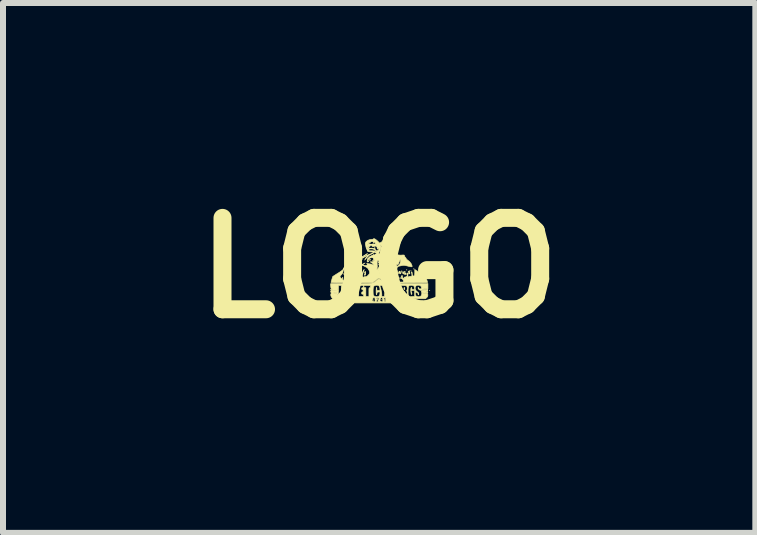
<source format=kicad_pcb>
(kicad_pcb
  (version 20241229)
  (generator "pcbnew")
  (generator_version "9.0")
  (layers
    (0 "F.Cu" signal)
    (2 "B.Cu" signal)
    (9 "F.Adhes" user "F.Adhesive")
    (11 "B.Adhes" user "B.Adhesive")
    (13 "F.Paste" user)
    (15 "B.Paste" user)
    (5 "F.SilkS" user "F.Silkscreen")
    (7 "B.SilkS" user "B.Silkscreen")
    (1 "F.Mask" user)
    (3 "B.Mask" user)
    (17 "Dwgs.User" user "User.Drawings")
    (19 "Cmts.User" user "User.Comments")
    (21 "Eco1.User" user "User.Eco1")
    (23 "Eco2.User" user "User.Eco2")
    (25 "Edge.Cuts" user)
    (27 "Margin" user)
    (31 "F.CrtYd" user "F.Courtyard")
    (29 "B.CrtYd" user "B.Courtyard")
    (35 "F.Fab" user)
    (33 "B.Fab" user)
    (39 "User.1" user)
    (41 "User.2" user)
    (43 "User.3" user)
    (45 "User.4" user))
  (footprint "LOGO"
    (layer "F.Cu")
    (at 3.273 1.418)
    (property "Reference" "LOGO" (at 0 0 0) (layer "F.SilkS") (effects (font (size 1.524 1.524) (thickness 0.3))))
    (attr through_hole)
    (fp_poly (pts (xy -0.667 0.568) (xy -0.67 0.572) (xy -0.673 0.568) (xy -0.67 0.565) (xy -0.667 0.568)) (stroke (width 0.01) (type solid)) (fill yes) (layer "F.SilkS"))
    (fp_poly (pts (xy -0.457 0.562) (xy -0.46 0.565) (xy -0.464 0.562) (xy -0.46 0.559) (xy -0.457 0.562)) (stroke (width 0.01) (type solid)) (fill yes) (layer "F.SilkS"))
    (fp_poly (pts (xy -0.451 0.537) (xy -0.454 0.54) (xy -0.457 0.537) (xy -0.454 0.533) (xy -0.451 0.537)) (stroke (width 0.01) (type solid)) (fill yes) (layer "F.SilkS"))
    (fp_poly (pts (xy -0.432 0.568) (xy -0.435 0.572) (xy -0.438 0.568) (xy -0.435 0.565) (xy -0.432 0.568)) (stroke (width 0.01) (type solid)) (fill yes) (layer "F.SilkS"))
    (fp_poly (pts (xy -0.381 0.092) (xy -0.384 0.095) (xy -0.387 0.092) (xy -0.384 0.089) (xy -0.381 0.092)) (stroke (width 0.01) (type solid)) (fill yes) (layer "F.SilkS"))
    (fp_poly (pts (xy -0.343 -0.054) (xy -0.346 -0.051) (xy -0.349 -0.054) (xy -0.346 -0.057) (xy -0.343 -0.054)) (stroke (width 0.01) (type solid)) (fill yes) (layer "F.SilkS"))
    (fp_poly (pts (xy -0.095 0.537) (xy -0.098 0.54) (xy -0.102 0.537) (xy -0.098 0.533) (xy -0.095 0.537)) (stroke (width 0.01) (type solid)) (fill yes) (layer "F.SilkS"))
    (fp_poly (pts (xy 0.038 0.53) (xy 0.035 0.533) (xy 0.032 0.53) (xy 0.035 0.527) (xy 0.038 0.53)) (stroke (width 0.01) (type solid)) (fill yes) (layer "F.SilkS"))
    (fp_poly (pts (xy 0.07 0.098) (xy 0.067 0.102) (xy 0.064 0.098) (xy 0.067 0.095) (xy 0.07 0.098)) (stroke (width 0.01) (type solid)) (fill yes) (layer "F.SilkS"))
    (fp_poly (pts (xy 0.076 0.048) (xy 0.073 0.051) (xy 0.07 0.048) (xy 0.073 0.044) (xy 0.076 0.048)) (stroke (width 0.01) (type solid)) (fill yes) (layer "F.SilkS"))
    (fp_poly (pts (xy 0.47 0.568) (xy 0.467 0.572) (xy 0.464 0.568) (xy 0.467 0.565) (xy 0.47 0.568)) (stroke (width 0.01) (type solid)) (fill yes) (layer "F.SilkS"))
    (fp_poly (pts (xy 0.502 0.53) (xy 0.498 0.533) (xy 0.495 0.53) (xy 0.498 0.527) (xy 0.502 0.53)) (stroke (width 0.01) (type solid)) (fill yes) (layer "F.SilkS"))
    (fp_poly (pts (xy 0.533 0.048) (xy 0.53 0.051) (xy 0.527 0.048) (xy 0.53 0.044) (xy 0.533 0.048)) (stroke (width 0.01) (type solid)) (fill yes) (layer "F.SilkS"))
    (fp_poly (pts (xy 0.718 0.549) (xy 0.714 0.552) (xy 0.711 0.549) (xy 0.714 0.546) (xy 0.718 0.549)) (stroke (width 0.01) (type solid)) (fill yes) (layer "F.SilkS"))
    (fp_poly (pts (xy 0.845 0.378) (xy 0.841 0.381) (xy 0.838 0.378) (xy 0.841 0.375) (xy 0.845 0.378)) (stroke (width 0.01) (type solid)) (fill yes) (layer "F.SilkS"))
    (fp_poly (pts (xy -0.091 -0.226) (xy -0.092 -0.223) (xy -0.095 -0.222) (xy -0.1 -0.225) (xy -0.099 -0.226) (xy -0.092 -0.227) (xy -0.091 -0.226)) (stroke (width 0.01) (type solid)) (fill yes) (layer "F.SilkS"))
    (fp_poly (pts (xy 0.265 -0.389) (xy 0.265 -0.376) (xy 0.265 -0.373) (xy 0.262 -0.372) (xy 0.261 -0.381) (xy 0.262 -0.39) (xy 0.265 -0.389)) (stroke (width 0.01) (type solid)) (fill yes) (layer "F.SilkS"))
    (fp_poly (pts (xy 0.461 0.028) (xy 0.462 0.035) (xy 0.461 0.036) (xy 0.458 0.035) (xy 0.457 0.032) (xy 0.46 0.027) (xy 0.461 0.028)) (stroke (width 0.01) (type solid)) (fill yes) (layer "F.SilkS"))
    (fp_poly (pts (xy 0.582 0.015) (xy 0.581 0.019) (xy 0.578 0.019) (xy 0.573 0.017) (xy 0.574 0.015) (xy 0.581 0.014) (xy 0.582 0.015)) (stroke (width 0.01) (type solid)) (fill yes) (layer "F.SilkS"))
    (fp_poly (pts (xy -0.282 -0.145) (xy -0.284 -0.14) (xy -0.29 -0.137) (xy -0.298 -0.135) (xy -0.295 -0.14) (xy -0.294 -0.14) (xy -0.285 -0.146) (xy -0.282 -0.145)) (stroke (width 0.01) (type solid)) (fill yes) (layer "F.SilkS"))
    (fp_poly (pts (xy -0.604 0.164) (xy -0.603 0.168) (xy -0.607 0.177) (xy -0.61 0.178) (xy -0.615 0.173) (xy -0.616 0.168) (xy -0.613 0.16) (xy -0.61 0.159) (xy -0.604 0.164)) (stroke (width 0.01) (type solid)) (fill yes) (layer "F.SilkS"))
    (fp_poly (pts (xy -0.142 -0.139) (xy -0.144 -0.135) (xy -0.146 -0.133) (xy -0.159 -0.127) (xy -0.165 -0.131) (xy -0.165 -0.133) (xy -0.16 -0.138) (xy -0.151 -0.14) (xy -0.142 -0.139)) (stroke (width 0.01) (type solid)) (fill yes) (layer "F.SilkS"))
    (fp_poly (pts (xy 0.194 0.33) (xy 0.195 0.341) (xy 0.192 0.353) (xy 0.186 0.361) (xy 0.184 0.362) (xy 0.18 0.356) (xy 0.178 0.343) (xy 0.178 0.343) (xy 0.18 0.328) (xy 0.186 0.324) (xy 0.194 0.33)) (stroke (width 0.01) (type solid)) (fill yes) (layer "F.SilkS"))
    (fp_poly (pts (xy 0.379 0.05) (xy 0.383 0.063) (xy 0.384 0.067) (xy 0.386 0.083) (xy 0.386 0.092) (xy 0.385 0.093) (xy 0.383 0.089) (xy 0.379 0.077) (xy 0.378 0.073) (xy 0.376 0.057) (xy 0.376 0.047) (xy 0.377 0.047) (xy 0.379 0.05)) (stroke (width 0.01) (type solid)) (fill yes) (layer "F.SilkS"))
    (fp_poly (pts (xy 0.424 0.329) (xy 0.425 0.343) (xy 0.425 0.343) (xy 0.424 0.356) (xy 0.419 0.362) (xy 0.419 0.362) (xy 0.415 0.356) (xy 0.413 0.343) (xy 0.413 0.343) (xy 0.415 0.33) (xy 0.419 0.324) (xy 0.419 0.324) (xy 0.424 0.329)) (stroke (width 0.01) (type solid)) (fill yes) (layer "F.SilkS"))
    (fp_poly (pts (xy -0.363 0.013) (xy -0.364 0.027) (xy -0.365 0.034) (xy -0.368 0.055) (xy -0.372 0.07) (xy -0.375 0.076) (xy -0.377 0.071) (xy -0.378 0.056) (xy -0.378 0.056) (xy -0.375 0.035) (xy -0.371 0.019) (xy -0.369 0.015) (xy -0.364 0.01) (xy -0.363 0.013)) (stroke (width 0.01) (type solid)) (fill yes) (layer "F.SilkS"))
    (fp_poly (pts (xy 0.191 0.399) (xy 0.194 0.412) (xy 0.194 0.423) (xy 0.192 0.436) (xy 0.191 0.44) (xy 0.186 0.444) (xy 0.184 0.445) (xy 0.18 0.439) (xy 0.178 0.425) (xy 0.178 0.419) (xy 0.179 0.403) (xy 0.182 0.394) (xy 0.183 0.394) (xy 0.191 0.399)) (stroke (width 0.01) (type solid)) (fill yes) (layer "F.SilkS"))
    (fp_poly (pts (xy -0.556 0.33) (xy -0.554 0.347) (xy -0.553 0.372) (xy -0.552 0.384) (xy -0.553 0.41) (xy -0.555 0.432) (xy -0.557 0.445) (xy -0.559 0.448) (xy -0.562 0.444) (xy -0.564 0.428) (xy -0.565 0.401) (xy -0.565 0.388) (xy -0.565 0.358) (xy -0.563 0.337) (xy -0.56 0.325) (xy -0.559 0.324) (xy -0.556 0.33)) (stroke (width 0.01) (type solid)) (fill yes) (layer "F.SilkS"))
    (fp_poly (pts (xy -0.206 -0.229) (xy -0.22 -0.217) (xy -0.239 -0.205) (xy -0.244 -0.202) (xy -0.263 -0.192) (xy -0.278 -0.182) (xy -0.281 -0.179) (xy -0.289 -0.174) (xy -0.292 -0.175) (xy -0.287 -0.182) (xy -0.275 -0.192) (xy -0.265 -0.198) (xy -0.244 -0.211) (xy -0.222 -0.225) (xy -0.216 -0.229) (xy -0.194 -0.243) (xy -0.206 -0.229)) (stroke (width 0.01) (type solid)) (fill yes) (layer "F.SilkS"))
    (fp_poly (pts (xy 0.308 0.33) (xy 0.31 0.347) (xy 0.311 0.372) (xy 0.311 0.384) (xy 0.311 0.41) (xy 0.309 0.432) (xy 0.306 0.445) (xy 0.305 0.448) (xy 0.302 0.444) (xy 0.3 0.428) (xy 0.299 0.401) (xy 0.298 0.388) (xy 0.299 0.358) (xy 0.301 0.337) (xy 0.303 0.325) (xy 0.305 0.324) (xy 0.308 0.33)) (stroke (width 0.01) (type solid)) (fill yes) (layer "F.SilkS"))
    (fp_poly (pts (xy -0.228 0.06) (xy -0.226 0.073) (xy -0.225 0.089) (xy -0.226 0.108) (xy -0.229 0.117) (xy -0.235 0.12) (xy -0.241 0.121) (xy -0.251 0.119) (xy -0.25 0.116) (xy -0.243 0.107) (xy -0.238 0.094) (xy -0.237 0.082) (xy -0.24 0.076) (xy -0.241 0.076) (xy -0.246 0.074) (xy -0.241 0.067) (xy -0.233 0.059) (xy -0.228 0.06)) (stroke (width 0.01) (type solid)) (fill yes) (layer "F.SilkS"))
    (fp_poly (pts (xy 0.043 0.054) (xy 0.051 0.058) (xy 0.047 0.062) (xy 0.043 0.064) (xy 0.034 0.072) (xy 0.032 0.081) (xy 0.036 0.086) (xy 0.041 0.085) (xy 0.049 0.085) (xy 0.051 0.088) (xy 0.046 0.094) (xy 0.035 0.095) (xy 0.025 0.092) (xy 0.023 0.091) (xy 0.019 0.081) (xy 0.02 0.066) (xy 0.024 0.055) (xy 0.026 0.054) (xy 0.037 0.052) (xy 0.043 0.054)) (stroke (width 0.01) (type solid)) (fill yes) (layer "F.SilkS"))
    (fp_poly (pts (xy 0.12 0.05) (xy 0.12 0.056) (xy 0.118 0.074) (xy 0.111 0.087) (xy 0.103 0.094) (xy 0.094 0.092) (xy 0.092 0.089) (xy 0.094 0.083) (xy 0.098 0.083) (xy 0.107 0.079) (xy 0.108 0.076) (xy 0.104 0.07) (xy 0.102 0.07) (xy 0.095 0.065) (xy 0.093 0.059) (xy 0.091 0.053) (xy 0.097 0.056) (xy 0.098 0.057) (xy 0.106 0.06) (xy 0.113 0.053) (xy 0.114 0.053) (xy 0.119 0.046) (xy 0.12 0.05)) (stroke (width 0.01) (type solid)) (fill yes) (layer "F.SilkS"))
    (fp_poly (pts (xy 0.267 0.049) (xy 0.276 0.058) (xy 0.282 0.07) (xy 0.28 0.078) (xy 0.275 0.084) (xy 0.263 0.094) (xy 0.254 0.092) (xy 0.248 0.084) (xy 0.246 0.073) (xy 0.255 0.073) (xy 0.257 0.08) (xy 0.263 0.079) (xy 0.271 0.072) (xy 0.272 0.069) (xy 0.265 0.063) (xy 0.258 0.066) (xy 0.255 0.073) (xy 0.246 0.073) (xy 0.245 0.069) (xy 0.247 0.055) (xy 0.253 0.046) (xy 0.258 0.044) (xy 0.267 0.049)) (stroke (width 0.01) (type solid)) (fill yes) (layer "F.SilkS"))
    (fp_poly (pts (xy 0.511 0.05) (xy 0.509 0.057) (xy 0.504 0.06) (xy 0.497 0.064) (xy 0.5 0.069) (xy 0.505 0.072) (xy 0.513 0.084) (xy 0.512 0.091) (xy 0.505 0.099) (xy 0.496 0.102) (xy 0.49 0.098) (xy 0.489 0.095) (xy 0.494 0.09) (xy 0.496 0.09) (xy 0.504 0.087) (xy 0.506 0.084) (xy 0.504 0.078) (xy 0.496 0.076) (xy 0.485 0.072) (xy 0.483 0.067) (xy 0.487 0.058) (xy 0.497 0.05) (xy 0.506 0.048) (xy 0.511 0.05)) (stroke (width 0.01) (type solid)) (fill yes) (layer "F.SilkS"))
    (fp_poly (pts (xy -0.428 0.012) (xy -0.427 0.021) (xy -0.432 0.034) (xy -0.442 0.044) (xy -0.453 0.053) (xy -0.454 0.056) (xy -0.446 0.057) (xy -0.445 0.057) (xy -0.435 0.06) (xy -0.432 0.064) (xy -0.432 0.068) (xy -0.437 0.069) (xy -0.448 0.067) (xy -0.46 0.064) (xy -0.478 0.06) (xy -0.455 0.043) (xy -0.439 0.029) (xy -0.433 0.019) (xy -0.435 0.014) (xy -0.446 0.016) (xy -0.455 0.018) (xy -0.453 0.015) (xy -0.449 0.013) (xy -0.436 0.008) (xy -0.428 0.012)) (stroke (width 0.01) (type solid)) (fill yes) (layer "F.SilkS"))
    (fp_poly (pts (xy 0.43 0.06) (xy 0.436 0.064) (xy 0.432 0.068) (xy 0.426 0.072) (xy 0.412 0.081) (xy 0.408 0.089) (xy 0.413 0.095) (xy 0.419 0.095) (xy 0.428 0.093) (xy 0.429 0.089) (xy 0.431 0.084) (xy 0.438 0.083) (xy 0.448 0.086) (xy 0.451 0.098) (xy 0.45 0.11) (xy 0.448 0.114) (xy 0.445 0.109) (xy 0.445 0.108) (xy 0.44 0.104) (xy 0.431 0.105) (xy 0.416 0.105) (xy 0.405 0.096) (xy 0.4 0.083) (xy 0.405 0.069) (xy 0.409 0.064) (xy 0.423 0.059) (xy 0.43 0.06)) (stroke (width 0.01) (type solid)) (fill yes) (layer "F.SilkS"))
    (fp_poly (pts (xy -0.318 0.046) (xy -0.319 0.062) (xy -0.324 0.079) (xy -0.33 0.094) (xy -0.335 0.101) (xy -0.336 0.102) (xy -0.339 0.096) (xy -0.338 0.083) (xy -0.338 0.083) (xy -0.338 0.069) (xy -0.345 0.063) (xy -0.347 0.062) (xy -0.353 0.06) (xy -0.35 0.055) (xy -0.345 0.051) (xy -0.333 0.051) (xy -0.333 0.057) (xy -0.331 0.057) (xy -0.324 0.053) (xy -0.324 0.051) (xy -0.326 0.045) (xy -0.327 0.044) (xy -0.332 0.049) (xy -0.333 0.051) (xy -0.345 0.051) (xy -0.338 0.046) (xy -0.318 0.031) (xy -0.318 0.046)) (stroke (width 0.01) (type solid)) (fill yes) (layer "F.SilkS"))
    (fp_poly (pts (xy 0.347 0.056) (xy 0.353 0.065) (xy 0.357 0.08) (xy 0.358 0.082) (xy 0.36 0.096) (xy 0.359 0.099) (xy 0.352 0.094) (xy 0.35 0.093) (xy 0.339 0.085) (xy 0.332 0.083) (xy 0.332 0.087) (xy 0.333 0.088) (xy 0.332 0.097) (xy 0.33 0.098) (xy 0.326 0.096) (xy 0.324 0.084) (xy 0.326 0.07) (xy 0.337 0.07) (xy 0.339 0.076) (xy 0.339 0.076) (xy 0.345 0.072) (xy 0.346 0.07) (xy 0.346 0.064) (xy 0.343 0.064) (xy 0.337 0.068) (xy 0.337 0.07) (xy 0.326 0.07) (xy 0.327 0.067) (xy 0.335 0.056) (xy 0.345 0.055) (xy 0.347 0.056)) (stroke (width 0.01) (type solid)) (fill yes) (layer "F.SilkS"))
    (fp_poly (pts (xy -0.511 -0.008) (xy -0.517 0.003) (xy -0.517 0.003) (xy -0.523 0.014) (xy -0.523 0.019) (xy -0.522 0.019) (xy -0.522 0.022) (xy -0.524 0.024) (xy -0.533 0.033) (xy -0.539 0.041) (xy -0.545 0.05) (xy -0.545 0.047) (xy -0.544 0.04) (xy -0.544 0.029) (xy -0.553 0.025) (xy -0.553 0.025) (xy -0.563 0.023) (xy -0.565 0.019) (xy -0.56 0.015) (xy -0.548 0.015) (xy -0.534 0.012) (xy -0.528 0.006) (xy -0.527 0.00021) (xy -0.532 0.003) (xy -0.536 0.006) (xy -0.546 0.011) (xy -0.55 0.011) (xy -0.547 0.006) (xy -0.537 -0.001) (xy -0.525 -0.008) (xy -0.514 -0.012) (xy -0.511 -0.013) (xy -0.511 -0.008)) (stroke (width 0.01) (type solid)) (fill yes) (layer "F.SilkS"))
    (fp_poly (pts (xy 0.189 0.044) (xy 0.198 0.057) (xy 0.202 0.072) (xy 0.2 0.08) (xy 0.192 0.088) (xy 0.181 0.088) (xy 0.171 0.08) (xy 0.17 0.076) (xy 0.178 0.076) (xy 0.183 0.082) (xy 0.184 0.083) (xy 0.19 0.078) (xy 0.191 0.076) (xy 0.186 0.07) (xy 0.184 0.07) (xy 0.178 0.075) (xy 0.178 0.076) (xy 0.17 0.076) (xy 0.169 0.075) (xy 0.165 0.053) (xy 0.166 0.051) (xy 0.178 0.051) (xy 0.18 0.057) (xy 0.181 0.057) (xy 0.186 0.053) (xy 0.187 0.051) (xy 0.187 0.045) (xy 0.185 0.044) (xy 0.178 0.049) (xy 0.178 0.051) (xy 0.166 0.051) (xy 0.168 0.042) (xy 0.178 0.038) (xy 0.189 0.044)) (stroke (width 0.01) (type solid)) (fill yes) (layer "F.SilkS"))
    (fp_poly (pts (xy 0.057 0.22) (xy 0.117 0.26) (xy 0.813 0.26) (xy 0.813 0.349) (xy 0.765 0.349) (xy 0.742 0.35) (xy 0.726 0.352) (xy 0.718 0.354) (xy 0.718 0.355) (xy 0.723 0.357) (xy 0.739 0.359) (xy 0.76 0.36) (xy 0.764 0.36) (xy 0.81 0.359) (xy 0.81 0.377) (xy 0.81 0.378) (xy 0.809 0.39) (xy 0.803 0.396) (xy 0.79 0.4) (xy 0.781 0.401) (xy 0.752 0.405) (xy 0.783 0.404) (xy 0.803 0.405) (xy 0.812 0.409) (xy 0.813 0.411) (xy 0.808 0.416) (xy 0.793 0.419) (xy 0.767 0.42) (xy 0.764 0.42) (xy 0.714 0.421) (xy 0.762 0.425) (xy 0.81 0.429) (xy 0.812 0.452) (xy 0.811 0.469) (xy 0.805 0.482) (xy 0.793 0.495) (xy 0.772 0.514) (xy 0.624 0.514) (xy 0.477 0.514) (xy 0.46 0.543) (xy 0.448 0.561) (xy 0.437 0.574) (xy 0.432 0.578) (xy 0.423 0.579) (xy 0.402 0.58) (xy 0.369 0.581) (xy 0.326 0.582) (xy 0.272 0.583) (xy 0.208 0.584) (xy 0.135 0.584) (xy 0.053 0.584) (xy 0.011 0.584) (xy -0.399 0.584) (xy -0.416 0.564) (xy -0.427 0.55) (xy -0.118 0.55) (xy -0.109 0.552) (xy -0.109 0.552) (xy -0.098 0.555) (xy -0.095 0.559) (xy -0.09 0.564) (xy -0.08 0.565) (xy -0.071 0.562) (xy -0.069 0.559) (xy -0.068 0.549) (xy -0.068 0.532) (xy -0.069 0.524) (xy -0.07 0.511) (xy -0.051 0.511) (xy -0.046 0.519) (xy -0.038 0.52) (xy -0.032 0.515) (xy -0.031 0.513) (xy -0.03 0.508) (xy -0.028 0.513) (xy -0.029 0.523) (xy -0.037 0.536) (xy -0.038 0.537) (xy -0.048 0.553) (xy -0.049 0.561) (xy -0.039 0.565) (xy -0.029 0.565) (xy -0.014 0.564) (xy -0.007 0.56) (xy -0.006 0.559) (xy -0.012 0.553) (xy -0.016 0.552) (xy -0.021 0.55) (xy -0.018 0.543) (xy -0.014 0.537) (xy 0.014 0.537) (xy 0.014 0.549) (xy 0.022 0.552) (xy 0.022 0.552) (xy 0.031 0.556) (xy 0.032 0.559) (xy 0.037 0.564) (xy 0.047 0.565) (xy 0.056 0.561) (xy 0.059 0.557) (xy 0.06 0.546) (xy 0.059 0.529) (xy 0.059 0.522) (xy 0.057 0.511) (xy 0.072 0.511) (xy 0.073 0.515) (xy 0.078 0.518) (xy 0.087 0.527) (xy 0.089 0.544) (xy 0.091 0.56) (xy 0.098 0.565) (xy 0.098 0.565) (xy 0.104 0.562) (xy 0.107 0.551) (xy 0.108 0.53) (xy 0.107 0.509) (xy 0.105 0.499) (xy 0.098 0.497) (xy 0.085 0.503) (xy 0.083 0.505) (xy 0.072 0.511) (xy 0.057 0.511) (xy 0.056 0.505) (xy 0.051 0.497) (xy 0.041 0.495) (xy 0.041 0.495) (xy 0.029 0.499) (xy 0.02 0.513) (xy 0.02 0.515) (xy 0.014 0.537) (xy -0.014 0.537) (xy -0.012 0.533) (xy -0.003 0.52) (xy -0.002 0.512) (xy -0.007 0.504) (xy -0.008 0.504) (xy -0.02 0.498) (xy -0.035 0.498) (xy -0.047 0.503) (xy -0.051 0.511) (xy -0.07 0.511) (xy -0.071 0.506) (xy -0.075 0.498) (xy -0.084 0.495) (xy -0.086 0.495) (xy -0.099 0.5) (xy -0.107 0.513) (xy -0.113 0.53) (xy -0.118 0.541) (xy -0.118 0.55) (xy -0.427 0.55) (xy -0.429 0.547) (xy -0.439 0.531) (xy -0.44 0.529) (xy -0.447 0.514) (xy -0.772 0.514) (xy -0.789 0.497) (xy -0.8 0.48) (xy -0.806 0.461) (xy -0.699 0.461) (xy -0.697 0.471) (xy -0.69 0.475) (xy -0.674 0.476) (xy -0.674 0.476) (xy -0.654 0.474) (xy -0.64 0.467) (xy -0.639 0.466) (xy -0.634 0.46) (xy -0.631 0.448) (xy -0.63 0.43) (xy -0.629 0.403) (xy -0.629 0.376) (xy -0.616 0.376) (xy -0.615 0.404) (xy -0.614 0.429) (xy -0.612 0.449) (xy -0.609 0.458) (xy -0.594 0.473) (xy -0.573 0.481) (xy -0.55 0.48) (xy -0.527 0.471) (xy -0.523 0.467) (xy -0.515 0.46) (xy -0.51 0.452) (xy -0.507 0.442) (xy -0.505 0.426) (xy -0.505 0.401) (xy -0.505 0.385) (xy -0.506 0.349) (xy -0.509 0.324) (xy -0.515 0.307) (xy -0.526 0.296) (xy -0.537 0.292) (xy -0.495 0.292) (xy -0.495 0.476) (xy -0.419 0.476) (xy -0.419 0.476) (xy -0.41 0.476) (xy -0.386 0.476) (xy -0.362 0.476) (xy -0.362 0.292) (xy -0.343 0.292) (xy -0.343 0.476) (xy -0.26 0.476) (xy -0.26 0.457) (xy -0.262 0.444) (xy -0.269 0.439) (xy -0.276 0.438) (xy -0.288 0.436) (xy -0.292 0.427) (xy -0.292 0.419) (xy -0.29 0.405) (xy -0.283 0.4) (xy -0.279 0.4) (xy -0.27 0.397) (xy -0.267 0.386) (xy -0.267 0.381) (xy -0.269 0.367) (xy -0.276 0.362) (xy -0.279 0.362) (xy -0.289 0.358) (xy -0.292 0.346) (xy -0.289 0.334) (xy -0.279 0.33) (xy -0.276 0.33) (xy -0.265 0.328) (xy -0.261 0.319) (xy -0.26 0.311) (xy -0.26 0.292) (xy -0.254 0.292) (xy -0.254 0.311) (xy -0.252 0.325) (xy -0.245 0.33) (xy -0.238 0.33) (xy -0.222 0.33) (xy -0.222 0.476) (xy -0.171 0.476) (xy -0.171 0.403) (xy -0.171 0.394) (xy -0.101 0.394) (xy -0.1 0.421) (xy -0.099 0.442) (xy -0.096 0.453) (xy -0.084 0.468) (xy -0.064 0.478) (xy -0.041 0.481) (xy -0.019 0.477) (xy -0.001 0.466) (xy 0.002 0.463) (xy 0.009 0.446) (xy 0.013 0.425) (xy 0.013 0.424) (xy 0.013 0.399) (xy -0.011 0.401) (xy -0.027 0.404) (xy -0.034 0.41) (xy -0.037 0.424) (xy -0.037 0.427) (xy -0.04 0.441) (xy -0.044 0.448) (xy -0.045 0.447) (xy -0.048 0.44) (xy -0.05 0.424) (xy -0.051 0.402) (xy -0.051 0.378) (xy -0.05 0.355) (xy -0.048 0.336) (xy -0.046 0.325) (xy -0.044 0.324) (xy -0.04 0.329) (xy -0.038 0.344) (xy -0.038 0.349) (xy -0.038 0.375) (xy 0.013 0.375) (xy 0.013 0.347) (xy 0.01 0.327) (xy 0.005 0.31) (xy 0.003 0.306) (xy -0.009 0.297) (xy 0.013 0.297) (xy 0.015 0.305) (xy 0.019 0.322) (xy 0.026 0.345) (xy 0.029 0.355) (xy 0.036 0.385) (xy 0.042 0.414) (xy 0.044 0.439) (xy 0.044 0.443) (xy 0.044 0.476) (xy 0.067 0.476) (xy 0.081 0.476) (xy 0.087 0.471) (xy 0.089 0.46) (xy 0.089 0.449) (xy 0.09 0.435) (xy 0.094 0.413) (xy 0.099 0.388) (xy 0.106 0.361) (xy 0.113 0.336) (xy 0.119 0.315) (xy 0.124 0.302) (xy 0.127 0.298) (xy 0.128 0.304) (xy 0.129 0.321) (xy 0.13 0.345) (xy 0.13 0.376) (xy 0.13 0.387) (xy 0.13 0.476) (xy 0.178 0.476) (xy 0.205 0.475) (xy 0.225 0.472) (xy 0.234 0.469) (xy 0.239 0.457) (xy 0.241 0.439) (xy 0.241 0.419) (xy 0.239 0.4) (xy 0.235 0.386) (xy 0.232 0.383) (xy 0.23 0.382) (xy 0.248 0.382) (xy 0.248 0.418) (xy 0.251 0.443) (xy 0.256 0.46) (xy 0.265 0.471) (xy 0.275 0.477) (xy 0.296 0.48) (xy 0.32 0.477) (xy 0.34 0.469) (xy 0.343 0.466) (xy 0.352 0.451) (xy 0.357 0.428) (xy 0.357 0.426) (xy 0.359 0.412) (xy 0.359 0.409) (xy 0.36 0.417) (xy 0.361 0.437) (xy 0.362 0.476) (xy 0.413 0.476) (xy 0.413 0.435) (xy 0.414 0.413) (xy 0.416 0.399) (xy 0.419 0.394) (xy 0.422 0.4) (xy 0.425 0.415) (xy 0.425 0.435) (xy 0.425 0.476) (xy 0.47 0.476) (xy 0.47 0.436) (xy 0.469 0.413) (xy 0.466 0.396) (xy 0.462 0.389) (xy 0.46 0.385) (xy 0.483 0.385) (xy 0.483 0.416) (xy 0.483 0.437) (xy 0.485 0.45) (xy 0.489 0.459) (xy 0.494 0.465) (xy 0.5 0.47) (xy 0.519 0.48) (xy 0.533 0.48) (xy 0.552 0.477) (xy 0.57 0.476) (xy 0.591 0.477) (xy 0.591 0.374) (xy 0.564 0.376) (xy 0.546 0.378) (xy 0.537 0.384) (xy 0.535 0.392) (xy 0.535 0.403) (xy 0.539 0.406) (xy 0.544 0.412) (xy 0.546 0.425) (xy 0.546 0.426) (xy 0.544 0.44) (xy 0.538 0.443) (xy 0.534 0.436) (xy 0.531 0.42) (xy 0.528 0.398) (xy 0.527 0.374) (xy 0.528 0.353) (xy 0.53 0.338) (xy 0.536 0.326) (xy 0.542 0.325) (xy 0.545 0.335) (xy 0.545 0.341) (xy 0.545 0.353) (xy 0.55 0.358) (xy 0.565 0.361) (xy 0.567 0.361) (xy 0.582 0.361) (xy 0.589 0.358) (xy 0.591 0.346) (xy 0.591 0.338) (xy 0.59 0.333) (xy 0.599 0.333) (xy 0.602 0.355) (xy 0.613 0.376) (xy 0.635 0.396) (xy 0.635 0.396) (xy 0.651 0.409) (xy 0.659 0.421) (xy 0.66 0.432) (xy 0.658 0.447) (xy 0.654 0.45) (xy 0.649 0.442) (xy 0.647 0.43) (xy 0.643 0.416) (xy 0.635 0.409) (xy 0.624 0.408) (xy 0.611 0.407) (xy 0.605 0.411) (xy 0.603 0.423) (xy 0.603 0.431) (xy 0.606 0.451) (xy 0.614 0.464) (xy 0.621 0.47) (xy 0.642 0.48) (xy 0.666 0.481) (xy 0.688 0.473) (xy 0.7 0.463) (xy 0.708 0.446) (xy 0.711 0.424) (xy 0.709 0.405) (xy 0.72 0.405) (xy 0.727 0.406) (xy 0.735 0.405) (xy 0.735 0.403) (xy 0.743 0.403) (xy 0.746 0.406) (xy 0.749 0.403) (xy 0.746 0.4) (xy 0.743 0.403) (xy 0.735 0.403) (xy 0.735 0.403) (xy 0.726 0.401) (xy 0.723 0.402) (xy 0.72 0.405) (xy 0.709 0.405) (xy 0.709 0.403) (xy 0.705 0.394) (xy 0.704 0.389) (xy 0.708 0.386) (xy 0.721 0.383) (xy 0.744 0.381) (xy 0.754 0.38) (xy 0.81 0.377) (xy 0.748 0.376) (xy 0.718 0.376) (xy 0.698 0.374) (xy 0.683 0.371) (xy 0.672 0.366) (xy 0.667 0.362) (xy 0.655 0.351) (xy 0.649 0.338) (xy 0.648 0.328) (xy 0.654 0.324) (xy 0.654 0.324) (xy 0.659 0.329) (xy 0.66 0.337) (xy 0.663 0.345) (xy 0.673 0.349) (xy 0.683 0.349) (xy 0.698 0.348) (xy 0.704 0.343) (xy 0.705 0.331) (xy 0.7 0.309) (xy 0.684 0.295) (xy 0.665 0.289) (xy 0.638 0.288) (xy 0.618 0.297) (xy 0.605 0.313) (xy 0.599 0.333) (xy 0.59 0.333) (xy 0.586 0.313) (xy 0.572 0.297) (xy 0.549 0.29) (xy 0.537 0.289) (xy 0.516 0.29) (xy 0.501 0.295) (xy 0.491 0.306) (xy 0.486 0.324) (xy 0.483 0.352) (xy 0.483 0.385) (xy 0.46 0.385) (xy 0.458 0.38) (xy 0.462 0.373) (xy 0.468 0.36) (xy 0.47 0.341) (xy 0.467 0.321) (xy 0.461 0.305) (xy 0.459 0.304) (xy 0.45 0.297) (xy 0.436 0.293) (xy 0.413 0.292) (xy 0.405 0.292) (xy 0.362 0.292) (xy 0.361 0.341) (xy 0.36 0.365) (xy 0.36 0.377) (xy 0.359 0.377) (xy 0.358 0.366) (xy 0.357 0.352) (xy 0.353 0.322) (xy 0.344 0.303) (xy 0.328 0.292) (xy 0.304 0.289) (xy 0.3 0.289) (xy 0.28 0.291) (xy 0.265 0.297) (xy 0.255 0.31) (xy 0.25 0.331) (xy 0.248 0.362) (xy 0.248 0.382) (xy 0.23 0.382) (xy 0.225 0.379) (xy 0.228 0.373) (xy 0.232 0.368) (xy 0.24 0.354) (xy 0.24 0.335) (xy 0.239 0.332) (xy 0.235 0.315) (xy 0.228 0.304) (xy 0.216 0.297) (xy 0.197 0.294) (xy 0.169 0.293) (xy 0.146 0.293) (xy 0.08 0.295) (xy 0.074 0.324) (xy 0.07 0.34) (xy 0.068 0.345) (xy 0.065 0.339) (xy 0.061 0.321) (xy 0.061 0.316) (xy 0.057 0.3) (xy 0.05 0.294) (xy 0.037 0.292) (xy 0.035 0.292) (xy 0.02 0.293) (xy 0.013 0.296) (xy 0.013 0.297) (xy -0.009 0.297) (xy -0.013 0.294) (xy -0.035 0.288) (xy -0.059 0.29) (xy -0.081 0.299) (xy -0.093 0.31) (xy -0.096 0.321) (xy -0.099 0.341) (xy -0.101 0.367) (xy -0.101 0.394) (xy -0.171 0.394) (xy -0.171 0.372) (xy -0.171 0.351) (xy -0.169 0.339) (xy -0.166 0.332) (xy -0.162 0.33) (xy -0.159 0.33) (xy -0.149 0.327) (xy -0.146 0.316) (xy -0.146 0.311) (xy -0.146 0.292) (xy -0.254 0.292) (xy -0.26 0.292) (xy -0.343 0.292) (xy -0.362 0.292) (xy -0.386 0.292) (xy -0.41 0.292) (xy -0.41 0.476) (xy -0.419 0.476) (xy -0.419 0.457) (xy -0.421 0.443) (xy -0.429 0.438) (xy -0.432 0.438) (xy -0.437 0.437) (xy -0.441 0.434) (xy -0.443 0.425) (xy -0.444 0.409) (xy -0.444 0.383) (xy -0.445 0.365) (xy -0.445 0.292) (xy -0.495 0.292) (xy -0.537 0.292) (xy -0.542 0.29) (xy -0.549 0.288) (xy -0.57 0.289) (xy -0.591 0.296) (xy -0.607 0.307) (xy -0.612 0.315) (xy -0.614 0.328) (xy -0.616 0.349) (xy -0.616 0.376) (xy -0.629 0.376) (xy -0.629 0.374) (xy -0.629 0.292) (xy -0.679 0.292) (xy -0.679 0.365) (xy -0.68 0.398) (xy -0.681 0.42) (xy -0.683 0.434) (xy -0.686 0.44) (xy -0.689 0.442) (xy -0.696 0.451) (xy -0.699 0.461) (xy -0.806 0.461) (xy -0.806 0.461) (xy -0.807 0.442) (xy -0.802 0.428) (xy -0.795 0.423) (xy -0.79 0.422) (xy -0.764 0.422) (xy -0.759 0.423) (xy -0.744 0.423) (xy -0.733 0.423) (xy -0.713 0.423) (xy -0.703 0.422) (xy -0.702 0.421) (xy -0.706 0.421) (xy -0.729 0.42) (xy -0.753 0.421) (xy -0.757 0.421) (xy -0.764 0.422) (xy -0.79 0.422) (xy -0.788 0.421) (xy -0.792 0.42) (xy -0.795 0.42) (xy -0.805 0.416) (xy -0.804 0.409) (xy -0.795 0.404) (xy -0.791 0.403) (xy -0.764 0.403) (xy -0.759 0.404) (xy -0.744 0.404) (xy -0.733 0.404) (xy -0.713 0.404) (xy -0.703 0.403) (xy -0.702 0.402) (xy -0.706 0.402) (xy -0.729 0.401) (xy -0.753 0.401) (xy -0.757 0.402) (xy -0.764 0.403) (xy -0.791 0.403) (xy -0.79 0.402) (xy -0.796 0.401) (xy -0.798 0.401) (xy -0.809 0.397) (xy -0.809 0.391) (xy -0.804 0.386) (xy -0.791 0.383) (xy -0.77 0.381) (xy -0.744 0.379) (xy -0.683 0.377) (xy -0.747 0.376) (xy -0.776 0.375) (xy -0.795 0.374) (xy -0.806 0.371) (xy -0.81 0.367) (xy -0.811 0.365) (xy -0.807 0.358) (xy -0.802 0.358) (xy -0.795 0.358) (xy -0.794 0.356) (xy -0.796 0.352) (xy -0.781 0.352) (xy -0.778 0.356) (xy -0.775 0.352) (xy -0.699 0.352) (xy -0.695 0.356) (xy -0.692 0.352) (xy -0.695 0.349) (xy -0.699 0.352) (xy -0.775 0.352) (xy -0.778 0.349) (xy -0.781 0.352) (xy -0.796 0.352) (xy -0.799 0.348) (xy -0.799 0.348) (xy -0.802 0.341) (xy -0.806 0.325) (xy -0.808 0.303) (xy -0.808 0.303) (xy -0.81 0.281) (xy -0.81 0.268) (xy -0.807 0.262) (xy -0.801 0.26) (xy -0.798 0.26) (xy -0.789 0.26) (xy -0.769 0.26) (xy -0.738 0.26) (xy -0.699 0.26) (xy -0.652 0.26) (xy -0.598 0.26) (xy -0.539 0.26) (xy -0.476 0.26) (xy -0.451 0.26) (xy -0.377 0.26) (xy -0.315 0.261) (xy -0.263 0.261) (xy -0.221 0.26) (xy -0.186 0.26) (xy -0.158 0.258) (xy -0.136 0.256) (xy -0.119 0.253) (xy -0.105 0.249) (xy -0.093 0.244) (xy -0.082 0.238) (xy -0.07 0.23) (xy -0.058 0.22) (xy -0.043 0.209) (xy -0.041 0.207) (xy -0.003 0.179) (xy 0.057 0.22)) (stroke (width 0.01) (type solid)) (fill yes) (layer "F.SilkS"))
    (fp_poly (pts (xy 0.19 -0.556) (xy 0.216 -0.538) (xy 0.236 -0.51) (xy 0.241 -0.496) (xy 0.248 -0.479) (xy 0.256 -0.472) (xy 0.267 -0.47) (xy 0.291 -0.467) (xy 0.303 -0.458) (xy 0.304 -0.444) (xy 0.293 -0.426) (xy 0.292 -0.425) (xy 0.283 -0.415) (xy 0.276 -0.415) (xy 0.274 -0.418) (xy 0.268 -0.423) (xy 0.262 -0.417) (xy 0.259 -0.414) (xy 0.248 -0.403) (xy 0.237 -0.4) (xy 0.224 -0.395) (xy 0.217 -0.381) (xy 0.209 -0.366) (xy 0.199 -0.357) (xy 0.19 -0.346) (xy 0.188 -0.33) (xy 0.193 -0.314) (xy 0.203 -0.303) (xy 0.206 -0.302) (xy 0.222 -0.298) (xy 0.231 -0.295) (xy 0.237 -0.296) (xy 0.242 -0.306) (xy 0.244 -0.317) (xy 0.25 -0.337) (xy 0.259 -0.349) (xy 0.261 -0.349) (xy 0.273 -0.355) (xy 0.278 -0.352) (xy 0.276 -0.338) (xy 0.271 -0.323) (xy 0.265 -0.314) (xy 0.261 -0.314) (xy 0.26 -0.321) (xy 0.259 -0.329) (xy 0.255 -0.325) (xy 0.254 -0.324) (xy 0.25 -0.311) (xy 0.248 -0.293) (xy 0.248 -0.29) (xy 0.244 -0.269) (xy 0.232 -0.253) (xy 0.232 -0.253) (xy 0.219 -0.24) (xy 0.217 -0.232) (xy 0.225 -0.227) (xy 0.226 -0.226) (xy 0.244 -0.224) (xy 0.26 -0.231) (xy 0.268 -0.245) (xy 0.268 -0.247) (xy 0.27 -0.264) (xy 0.279 -0.247) (xy 0.295 -0.227) (xy 0.321 -0.216) (xy 0.356 -0.213) (xy 0.375 -0.214) (xy 0.398 -0.216) (xy 0.411 -0.215) (xy 0.418 -0.213) (xy 0.421 -0.206) (xy 0.423 -0.201) (xy 0.43 -0.184) (xy 0.439 -0.174) (xy 0.448 -0.163) (xy 0.451 -0.155) (xy 0.456 -0.146) (xy 0.468 -0.136) (xy 0.468 -0.136) (xy 0.506 -0.106) (xy 0.533 -0.073) (xy 0.548 -0.037) (xy 0.549 -0.037) (xy 0.55 -0.024) (xy 0.545 -0.019) (xy 0.538 -0.019) (xy 0.526 -0.02) (xy 0.505 -0.024) (xy 0.479 -0.03) (xy 0.469 -0.033) (xy 0.441 -0.039) (xy 0.421 -0.043) (xy 0.404 -0.043) (xy 0.386 -0.041) (xy 0.377 -0.039) (xy 0.354 -0.034) (xy 0.334 -0.03) (xy 0.326 -0.028) (xy 0.308 -0.019) (xy 0.298 -0.001) (xy 0.297 0.026) (xy 0.299 0.035) (xy 0.303 0.062) (xy 0.304 0.083) (xy 0.304 0.095) (xy 0.301 0.098) (xy 0.299 0.096) (xy 0.296 0.084) (xy 0.296 0.079) (xy 0.297 0.068) (xy 0.294 0.051) (xy 0.292 0.044) (xy 0.285 0.016) (xy 0.278 -0.003) (xy 0.268 -0.016) (xy 0.253 -0.025) (xy 0.231 -0.033) (xy 0.203 -0.04) (xy 0.185 -0.045) (xy 0.17 -0.047) (xy 0.154 -0.046) (xy 0.132 -0.042) (xy 0.109 -0.038) (xy 0.081 -0.031) (xy 0.054 -0.024) (xy 0.034 -0.016) (xy 0.029 -0.013) (xy 0.01 0.004) (xy -0.002 0.024) (xy -0.004 0.044) (xy -0.001 0.053) (xy 0.005 0.07) (xy 0.009 0.084) (xy 0.019 0.107) (xy 0.036 0.122) (xy 0.056 0.127) (xy 0.073 0.13) (xy 0.083 0.137) (xy 0.096 0.144) (xy 0.117 0.145) (xy 0.13 0.143) (xy 0.138 0.14) (xy 0.142 0.132) (xy 0.143 0.117) (xy 0.14 0.094) (xy 0.137 0.068) (xy 0.135 0.046) (xy 0.136 0.034) (xy 0.138 0.032) (xy 0.141 0.038) (xy 0.144 0.053) (xy 0.147 0.076) (xy 0.148 0.09) (xy 0.15 0.116) (xy 0.152 0.136) (xy 0.154 0.148) (xy 0.154 0.149) (xy 0.161 0.151) (xy 0.175 0.154) (xy 0.178 0.155) (xy 0.197 0.157) (xy 0.201 0.156) (xy 0.26 0.156) (xy 0.264 0.159) (xy 0.267 0.156) (xy 0.264 0.152) (xy 0.26 0.156) (xy 0.201 0.156) (xy 0.21 0.153) (xy 0.218 0.142) (xy 0.222 0.122) (xy 0.224 0.092) (xy 0.224 0.084) (xy 0.224 0.059) (xy 0.225 0.039) (xy 0.226 0.029) (xy 0.227 0.028) (xy 0.228 0.035) (xy 0.23 0.051) (xy 0.232 0.075) (xy 0.234 0.09) (xy 0.238 0.149) (xy 0.264 0.147) (xy 0.282 0.144) (xy 0.294 0.138) (xy 0.296 0.136) (xy 0.305 0.128) (xy 0.31 0.131) (xy 0.311 0.139) (xy 0.316 0.151) (xy 0.325 0.161) (xy 0.34 0.171) (xy 0.32 0.171) (xy 0.3 0.175) (xy 0.29 0.185) (xy 0.291 0.202) (xy 0.295 0.212) (xy 0.301 0.225) (xy 0.307 0.232) (xy 0.318 0.235) (xy 0.338 0.235) (xy 0.341 0.235) (xy 0.364 0.235) (xy 0.382 0.235) (xy 0.391 0.236) (xy 0.401 0.234) (xy 0.405 0.223) (xy 0.405 0.222) (xy 0.401 0.202) (xy 0.387 0.185) (xy 0.366 0.173) (xy 0.361 0.172) (xy 0.348 0.168) (xy 0.347 0.167) (xy 0.356 0.166) (xy 0.357 0.166) (xy 0.372 0.163) (xy 0.378 0.157) (xy 0.374 0.149) (xy 0.372 0.148) (xy 0.366 0.143) (xy 0.37 0.136) (xy 0.374 0.132) (xy 0.382 0.126) (xy 0.386 0.128) (xy 0.388 0.14) (xy 0.389 0.145) (xy 0.391 0.161) (xy 0.397 0.168) (xy 0.411 0.17) (xy 0.426 0.169) (xy 0.432 0.165) (xy 0.428 0.16) (xy 0.421 0.157) (xy 0.418 0.155) (xy 0.427 0.153) (xy 0.43 0.153) (xy 0.452 0.147) (xy 0.466 0.133) (xy 0.47 0.112) (xy 0.469 0.092) (xy 0.47 0.084) (xy 0.474 0.086) (xy 0.476 0.089) (xy 0.479 0.101) (xy 0.479 0.119) (xy 0.479 0.125) (xy 0.478 0.143) (xy 0.481 0.152) (xy 0.488 0.152) (xy 0.492 0.146) (xy 0.5 0.142) (xy 0.516 0.14) (xy 0.521 0.14) (xy 0.537 0.139) (xy 0.544 0.135) (xy 0.546 0.124) (xy 0.546 0.118) (xy 0.544 0.097) (xy 0.54 0.08) (xy 0.537 0.068) (xy 0.539 0.064) (xy 0.547 0.069) (xy 0.551 0.085) (xy 0.552 0.105) (xy 0.556 0.124) (xy 0.564 0.134) (xy 0.577 0.134) (xy 0.582 0.131) (xy 0.588 0.124) (xy 0.592 0.113) (xy 0.593 0.095) (xy 0.594 0.074) (xy 0.593 0.026) (xy 0.616 0.04) (xy 0.634 0.051) (xy 0.657 0.066) (xy 0.683 0.083) (xy 0.71 0.101) (xy 0.735 0.117) (xy 0.755 0.131) (xy 0.768 0.139) (xy 0.77 0.141) (xy 0.776 0.15) (xy 0.783 0.167) (xy 0.792 0.189) (xy 0.799 0.212) (xy 0.805 0.232) (xy 0.806 0.244) (xy 0.8 0.245) (xy 0.783 0.246) (xy 0.754 0.246) (xy 0.717 0.247) (xy 0.672 0.247) (xy 0.619 0.247) (xy 0.561 0.248) (xy 0.498 0.248) (xy 0.461 0.248) (xy 0.115 0.248) (xy 0.056 0.206) (xy 0.048 0.201) (xy 0.158 0.201) (xy 0.16 0.217) (xy 0.167 0.227) (xy 0.173 0.229) (xy 0.184 0.224) (xy 0.194 0.216) (xy 0.205 0.207) (xy 0.215 0.203) (xy 0.221 0.206) (xy 0.22 0.212) (xy 0.221 0.222) (xy 0.224 0.224) (xy 0.24 0.224) (xy 0.255 0.213) (xy 0.264 0.198) (xy 0.268 0.187) (xy 0.269 0.179) (xy 0.263 0.175) (xy 0.249 0.172) (xy 0.225 0.17) (xy 0.214 0.17) (xy 0.192 0.168) (xy 0.178 0.169) (xy 0.17 0.173) (xy 0.165 0.18) (xy 0.163 0.184) (xy 0.158 0.201) (xy 0.048 0.201) (xy 0.03 0.189) (xy 0.009 0.176) (xy -0.005 0.17) (xy -0.009 0.17) (xy -0.017 0.176) (xy -0.032 0.188) (xy -0.053 0.203) (xy -0.065 0.212) (xy -0.113 0.248) (xy -0.46 0.248) (xy -0.538 0.248) (xy -0.604 0.247) (xy -0.658 0.247) (xy -0.703 0.247) (xy -0.739 0.246) (xy -0.765 0.245) (xy -0.784 0.244) (xy -0.796 0.243) (xy -0.802 0.241) (xy -0.803 0.24) (xy -0.8 0.23) (xy -0.795 0.212) (xy -0.788 0.189) (xy -0.788 0.187) (xy -0.774 0.143) (xy -0.704 0.098) (xy -0.665 0.074) (xy -0.636 0.054) (xy -0.616 0.039) (xy -0.604 0.028) (xy -0.598 0.02) (xy -0.597 0.016) (xy -0.593 0.004) (xy -0.581 -0.013) (xy -0.566 -0.032) (xy -0.548 -0.05) (xy -0.535 -0.06) (xy -0.513 -0.071) (xy -0.488 -0.078) (xy -0.483 -0.079) (xy -0.454 -0.083) (xy -0.487 -0.072) (xy -0.512 -0.062) (xy -0.538 -0.046) (xy -0.547 -0.039) (xy -0.567 -0.018) (xy -0.584 0.009) (xy -0.597 0.037) (xy -0.603 0.061) (xy -0.603 0.065) (xy -0.608 0.082) (xy -0.622 0.103) (xy -0.629 0.111) (xy -0.642 0.127) (xy -0.651 0.14) (xy -0.654 0.145) (xy -0.649 0.157) (xy -0.637 0.17) (xy -0.623 0.18) (xy -0.609 0.191) (xy -0.597 0.206) (xy -0.586 0.221) (xy -0.575 0.227) (xy -0.568 0.225) (xy -0.565 0.216) (xy -0.561 0.202) (xy -0.552 0.191) (xy -0.542 0.171) (xy -0.54 0.153) (xy -0.541 0.136) (xy -0.547 0.127) (xy -0.56 0.121) (xy -0.561 0.121) (xy -0.579 0.113) (xy -0.591 0.104) (xy -0.592 0.103) (xy -0.597 0.097) (xy -0.593 0.097) (xy -0.586 0.101) (xy -0.568 0.106) (xy -0.551 0.101) (xy -0.534 0.085) (xy -0.516 0.058) (xy -0.5 0.026) (xy -0.488 0.004) (xy -0.479 -0.01) (xy -0.474 -0.013) (xy -0.473 -0.013) (xy -0.473 -0.003) (xy -0.48 0.011) (xy -0.481 0.012) (xy -0.499 0.045) (xy -0.507 0.083) (xy -0.508 0.095) (xy -0.505 0.114) (xy -0.495 0.13) (xy -0.487 0.138) (xy -0.473 0.151) (xy -0.463 0.158) (xy -0.46 0.159) (xy -0.46 0.155) (xy -0.466 0.149) (xy -0.475 0.142) (xy -0.473 0.14) (xy -0.466 0.14) (xy -0.455 0.135) (xy -0.44 0.124) (xy -0.424 0.11) (xy -0.41 0.094) (xy -0.401 0.082) (xy -0.4 0.078) (xy -0.396 0.07) (xy -0.394 0.07) (xy -0.388 0.073) (xy -0.39 0.082) (xy -0.397 0.095) (xy -0.404 0.11) (xy -0.406 0.118) (xy -0.402 0.118) (xy -0.397 0.111) (xy -0.39 0.104) (xy -0.388 0.106) (xy -0.387 0.12) (xy -0.387 0.12) (xy -0.384 0.146) (xy -0.375 0.16) (xy -0.36 0.164) (xy -0.341 0.156) (xy -0.325 0.143) (xy -0.31 0.131) (xy -0.3 0.125) (xy -0.297 0.125) (xy -0.293 0.121) (xy -0.288 0.108) (xy -0.281 0.087) (xy -0.28 0.084) (xy -0.272 0.061) (xy -0.263 0.042) (xy -0.256 0.031) (xy -0.256 0.031) (xy -0.248 0.026) (xy -0.249 0.03) (xy -0.251 0.035) (xy -0.264 0.068) (xy -0.272 0.092) (xy -0.277 0.11) (xy -0.278 0.123) (xy -0.276 0.136) (xy -0.276 0.138) (xy -0.27 0.154) (xy -0.262 0.163) (xy -0.261 0.164) (xy -0.255 0.163) (xy -0.256 0.156) (xy -0.256 0.15) (xy -0.249 0.147) (xy -0.234 0.146) (xy -0.216 0.144) (xy -0.202 0.138) (xy -0.186 0.124) (xy -0.183 0.121) (xy -0.166 0.101) (xy -0.159 0.081) (xy -0.162 0.058) (xy -0.172 0.034) (xy -0.179 0.022) (xy -0.041 0.022) (xy -0.037 0.025) (xy -0.027 0.018) (xy -0.023 0.014) (xy -0.012 0.001) (xy -0.001 -0.016) (xy 0.000361 -0.017) (xy 0.01 -0.031) (xy 0.022 -0.037) (xy 0.038 -0.038) (xy 0.056 -0.04) (xy 0.063 -0.044) (xy 0.06 -0.048) (xy 0.222 -0.048) (xy 0.225 -0.044) (xy 0.229 -0.048) (xy 0.226 -0.05) (xy 0.276 -0.05) (xy 0.277 -0.036) (xy 0.282 -0.027) (xy 0.286 -0.025) (xy 0.295 -0.028) (xy 0.31 -0.034) (xy 0.314 -0.036) (xy 0.334 -0.052) (xy 0.349 -0.078) (xy 0.358 -0.116) (xy 0.359 -0.122) (xy 0.363 -0.149) (xy 0.35 -0.134) (xy 0.34 -0.117) (xy 0.331 -0.096) (xy 0.33 -0.092) (xy 0.322 -0.069) (xy 0.314 -0.057) (xy 0.306 -0.056) (xy 0.298 -0.064) (xy 0.287 -0.078) (xy 0.28 -0.064) (xy 0.276 -0.05) (xy 0.226 -0.05) (xy 0.225 -0.051) (xy 0.222 -0.048) (xy 0.06 -0.048) (xy 0.057 -0.052) (xy 0.048 -0.057) (xy 0.026 -0.062) (xy 0.009 -0.061) (xy -0.006 -0.059) (xy -0.01 -0.062) (xy -0.01 -0.063) (xy -0.001 -0.068) (xy 0.011 -0.07) (xy 0.022 -0.071) (xy 0.022 -0.076) (xy 0.019 -0.08) (xy 0.007 -0.087) (xy -0.001 -0.087) (xy -0.011 -0.087) (xy -0.012 -0.093) (xy -0.005 -0.097) (xy -0.00015 -0.102) (xy -0.003 -0.104) (xy 0.249 -0.104) (xy 0.253 -0.092) (xy 0.261 -0.081) (xy 0.269 -0.081) (xy 0.273 -0.093) (xy 0.273 -0.096) (xy 0.269 -0.107) (xy 0.26 -0.114) (xy 0.25 -0.113) (xy 0.25 -0.112) (xy 0.249 -0.104) (xy -0.003 -0.104) (xy -0.005 -0.106) (xy -0.01 -0.117) (xy -0.009 -0.123) (xy -0.008 -0.132) (xy -0.016 -0.132) (xy -0.026 -0.124) (xy -0.032 -0.106) (xy -0.034 -0.078) (xy -0.032 -0.044) (xy -0.032 -0.044) (xy -0.031 -0.015) (xy -0.035 0.005) (xy -0.036 0.009) (xy -0.041 0.022) (xy -0.179 0.022) (xy -0.183 0.014) (xy -0.198 -0.001) (xy -0.219 -0.015) (xy -0.248 -0.029) (xy -0.26 -0.035) (xy -0.286 -0.046) (xy -0.311 -0.057) (xy -0.327 -0.065) (xy -0.356 -0.075) (xy -0.389 -0.077) (xy -0.409 -0.078) (xy -0.422 -0.08) (xy -0.425 -0.083) (xy -0.42 -0.087) (xy -0.408 -0.089) (xy -0.391 -0.091) (xy -0.379 -0.099) (xy -0.369 -0.115) (xy -0.366 -0.122) (xy -0.357 -0.139) (xy -0.349 -0.146) (xy -0.342 -0.141) (xy -0.342 -0.139) (xy -0.337 -0.137) (xy -0.331 -0.142) (xy -0.325 -0.15) (xy -0.329 -0.15) (xy -0.332 -0.149) (xy -0.341 -0.148) (xy -0.343 -0.151) (xy -0.34 -0.156) (xy -0.318 -0.156) (xy -0.314 -0.152) (xy -0.311 -0.156) (xy -0.314 -0.159) (xy -0.318 -0.156) (xy -0.34 -0.156) (xy -0.338 -0.158) (xy -0.326 -0.163) (xy -0.314 -0.163) (xy -0.312 -0.162) (xy -0.304 -0.163) (xy -0.288 -0.17) (xy -0.267 -0.18) (xy -0.259 -0.184) (xy -0.233 -0.197) (xy -0.207 -0.209) (xy -0.186 -0.218) (xy -0.184 -0.219) (xy -0.165 -0.226) (xy -0.148 -0.232) (xy -0.128 -0.241) (xy -0.11 -0.25) (xy -0.097 -0.253) (xy -0.092 -0.253) (xy -0.095 -0.249) (xy -0.106 -0.242) (xy -0.122 -0.234) (xy -0.137 -0.227) (xy -0.149 -0.223) (xy -0.151 -0.222) (xy -0.159 -0.218) (xy -0.172 -0.205) (xy -0.19 -0.187) (xy -0.211 -0.165) (xy -0.225 -0.149) (xy -0.242 -0.13) (xy -0.233 -0.149) (xy -0.222 -0.167) (xy -0.21 -0.18) (xy -0.198 -0.193) (xy -0.196 -0.2) (xy -0.202 -0.201) (xy -0.216 -0.197) (xy -0.235 -0.188) (xy -0.258 -0.174) (xy -0.276 -0.162) (xy -0.292 -0.155) (xy -0.3 -0.152) (xy -0.311 -0.148) (xy -0.325 -0.137) (xy -0.34 -0.123) (xy -0.351 -0.109) (xy -0.356 -0.1) (xy -0.35 -0.093) (xy -0.336 -0.084) (xy -0.32 -0.076) (xy -0.284 -0.059) (xy -0.255 -0.074) (xy -0.241 -0.081) (xy -0.235 -0.083) (xy -0.237 -0.081) (xy -0.252 -0.071) (xy -0.263 -0.062) (xy -0.276 -0.052) (xy -0.259 -0.045) (xy -0.243 -0.042) (xy -0.225 -0.042) (xy -0.208 -0.045) (xy -0.198 -0.05) (xy -0.197 -0.054) (xy -0.197 -0.054) (xy -0.165 -0.054) (xy -0.162 -0.051) (xy -0.159 -0.054) (xy -0.162 -0.057) (xy -0.165 -0.054) (xy -0.197 -0.054) (xy -0.201 -0.064) (xy -0.205 -0.069) (xy -0.209 -0.075) (xy -0.203 -0.074) (xy -0.198 -0.073) (xy -0.183 -0.07) (xy -0.162 -0.068) (xy -0.157 -0.067) (xy -0.134 -0.063) (xy -0.114 -0.055) (xy -0.111 -0.053) (xy -0.099 -0.046) (xy -0.095 -0.045) (xy -0.097 -0.052) (xy -0.097 -0.053) (xy -0.101 -0.064) (xy -0.102 -0.067) (xy -0.106 -0.072) (xy -0.118 -0.081) (xy -0.125 -0.085) (xy -0.149 -0.102) (xy -0.127 -0.102) (xy -0.109 -0.103) (xy -0.096 -0.102) (xy -0.095 -0.102) (xy -0.092 -0.105) (xy -0.1 -0.113) (xy -0.102 -0.115) (xy -0.11 -0.123) (xy -0.111 -0.125) (xy -0.11 -0.124) (xy -0.099 -0.123) (xy -0.088 -0.126) (xy -0.078 -0.13) (xy -0.079 -0.133) (xy -0.087 -0.136) (xy -0.087 -0.136) (xy 0.091 -0.136) (xy 0.093 -0.123) (xy 0.098 -0.111) (xy 0.102 -0.108) (xy 0.106 -0.113) (xy 0.108 -0.127) (xy 0.106 -0.142) (xy 0.1 -0.15) (xy 0.094 -0.149) (xy 0.092 -0.146) (xy 0.091 -0.136) (xy -0.087 -0.136) (xy -0.097 -0.143) (xy -0.097 -0.151) (xy -0.099 -0.165) (xy -0.11 -0.174) (xy -0.127 -0.176) (xy -0.131 -0.175) (xy -0.149 -0.166) (xy -0.167 -0.15) (xy -0.181 -0.132) (xy -0.186 -0.121) (xy -0.186 -0.112) (xy -0.179 -0.113) (xy -0.173 -0.113) (xy -0.173 -0.11) (xy -0.183 -0.103) (xy -0.19 -0.1) (xy -0.197 -0.099) (xy -0.2 -0.105) (xy -0.2 -0.119) (xy -0.2 -0.126) (xy -0.196 -0.149) (xy -0.188 -0.161) (xy -0.186 -0.162) (xy -0.173 -0.172) (xy -0.168 -0.178) (xy 0.025 -0.178) (xy 0.031 -0.172) (xy 0.035 -0.171) (xy 0.042 -0.175) (xy 0.041 -0.178) (xy 0.033 -0.184) (xy 0.031 -0.184) (xy 0.026 -0.179) (xy 0.025 -0.178) (xy -0.168 -0.178) (xy -0.166 -0.18) (xy -0.151 -0.193) (xy -0.129 -0.203) (xy -0.125 -0.204) (xy 0.095 -0.204) (xy 0.099 -0.196) (xy 0.111 -0.182) (xy 0.127 -0.165) (xy 0.13 -0.161) (xy 0.147 -0.144) (xy 0.159 -0.129) (xy 0.165 -0.119) (xy 0.165 -0.118) (xy 0.169 -0.107) (xy 0.177 -0.104) (xy 0.179 -0.105) (xy 0.18 -0.113) (xy 0.175 -0.125) (xy 0.175 -0.126) (xy 0.168 -0.136) (xy 0.273 -0.136) (xy 0.276 -0.128) (xy 0.279 -0.127) (xy 0.285 -0.132) (xy 0.292 -0.145) (xy 0.292 -0.146) (xy 0.297 -0.163) (xy 0.293 -0.171) (xy 0.283 -0.169) (xy 0.277 -0.162) (xy 0.273 -0.149) (xy 0.273 -0.136) (xy 0.168 -0.136) (xy 0.167 -0.138) (xy 0.154 -0.153) (xy 0.139 -0.169) (xy 0.123 -0.185) (xy 0.109 -0.197) (xy 0.099 -0.204) (xy 0.095 -0.204) (xy -0.125 -0.204) (xy -0.106 -0.209) (xy -0.099 -0.21) (xy -0.098 -0.21) (xy 0.152 -0.21) (xy 0.155 -0.202) (xy 0.167 -0.189) (xy 0.175 -0.181) (xy 0.194 -0.163) (xy 0.207 -0.154) (xy 0.212 -0.154) (xy 0.21 -0.164) (xy 0.205 -0.172) (xy 0.189 -0.194) (xy 0.174 -0.209) (xy 0.16 -0.214) (xy 0.156 -0.214) (xy 0.152 -0.21) (xy -0.098 -0.21) (xy -0.084 -0.214) (xy -0.081 -0.216) (xy 0.184 -0.216) (xy 0.188 -0.212) (xy 0.19 -0.212) (xy 0.196 -0.21) (xy 0.205 -0.199) (xy 0.209 -0.194) (xy 0.22 -0.178) (xy 0.231 -0.173) (xy 0.243 -0.18) (xy 0.255 -0.193) (xy 0.273 -0.214) (xy 0.25 -0.215) (xy 0.231 -0.217) (xy 0.216 -0.222) (xy 0.215 -0.223) (xy 0.201 -0.227) (xy 0.189 -0.224) (xy 0.184 -0.216) (xy -0.081 -0.216) (xy -0.068 -0.224) (xy -0.066 -0.225) (xy -0.053 -0.236) (xy -0.043 -0.241) (xy -0.042 -0.242) (xy -0.042 -0.242) (xy -0.005 -0.242) (xy 0.001 -0.23) (xy 0.013 -0.225) (xy 0.025 -0.225) (xy 0.042 -0.228) (xy 0.063 -0.231) (xy 0.067 -0.232) (xy 0.088 -0.233) (xy 0.098 -0.229) (xy 0.098 -0.229) (xy 0.105 -0.225) (xy 0.112 -0.23) (xy 0.114 -0.242) (xy 0.111 -0.256) (xy 0.103 -0.276) (xy 0.092 -0.3) (xy 0.079 -0.322) (xy 0.075 -0.328) (xy 0.093 -0.328) (xy 0.094 -0.32) (xy 0.1 -0.306) (xy 0.108 -0.291) (xy 0.115 -0.282) (xy 0.116 -0.28) (xy 0.12 -0.273) (xy 0.121 -0.267) (xy 0.124 -0.256) (xy 0.132 -0.245) (xy 0.138 -0.241) (xy 0.139 -0.246) (xy 0.137 -0.256) (xy 0.135 -0.265) (xy 0.137 -0.263) (xy 0.14 -0.259) (xy 0.152 -0.25) (xy 0.169 -0.248) (xy 0.183 -0.253) (xy 0.187 -0.261) (xy 0.187 -0.275) (xy 0.186 -0.284) (xy 0.191 -0.284) (xy 0.193 -0.277) (xy 0.201 -0.263) (xy 0.217 -0.26) (xy 0.231 -0.264) (xy 0.241 -0.272) (xy 0.239 -0.281) (xy 0.226 -0.289) (xy 0.219 -0.292) (xy 0.201 -0.297) (xy 0.192 -0.294) (xy 0.191 -0.284) (xy 0.186 -0.284) (xy 0.185 -0.289) (xy 0.18 -0.298) (xy 0.178 -0.298) (xy 0.165 -0.296) (xy 0.15 -0.29) (xy 0.138 -0.283) (xy 0.133 -0.278) (xy 0.131 -0.274) (xy 0.126 -0.279) (xy 0.121 -0.289) (xy 0.118 -0.298) (xy 0.116 -0.308) (xy 0.118 -0.307) (xy 0.12 -0.304) (xy 0.126 -0.298) (xy 0.135 -0.297) (xy 0.151 -0.3) (xy 0.154 -0.301) (xy 0.173 -0.31) (xy 0.18 -0.319) (xy 0.18 -0.32) (xy 0.179 -0.341) (xy 0.176 -0.352) (xy 0.172 -0.355) (xy 0.171 -0.356) (xy 0.166 -0.351) (xy 0.167 -0.347) (xy 0.164 -0.338) (xy 0.151 -0.331) (xy 0.136 -0.326) (xy 0.129 -0.324) (xy 0.127 -0.327) (xy 0.127 -0.33) (xy 0.132 -0.336) (xy 0.143 -0.34) (xy 0.156 -0.345) (xy 0.157 -0.353) (xy 0.15 -0.365) (xy 0.14 -0.372) (xy 0.131 -0.369) (xy 0.127 -0.359) (xy 0.123 -0.348) (xy 0.118 -0.343) (xy 0.111 -0.333) (xy 0.11 -0.328) (xy 0.111 -0.324) (xy 0.11 -0.325) (xy 0.102 -0.33) (xy 0.098 -0.33) (xy 0.093 -0.328) (xy 0.075 -0.328) (xy 0.067 -0.34) (xy 0.065 -0.343) (xy 0.05 -0.36) (xy 0.039 -0.375) (xy 0.037 -0.377) (xy 0.092 -0.377) (xy 0.093 -0.372) (xy 0.099 -0.366) (xy 0.106 -0.369) (xy 0.108 -0.375) (xy 0.103 -0.38) (xy 0.099 -0.381) (xy 0.092 -0.377) (xy 0.037 -0.377) (xy 0.026 -0.391) (xy 0.03 -0.355) (xy 0.029 -0.319) (xy 0.018 -0.29) (xy 0.004 -0.273) (xy -0.005 -0.259) (xy -0.005 -0.242) (xy -0.042 -0.242) (xy -0.042 -0.244) (xy -0.051 -0.251) (xy -0.054 -0.253) (xy -0.075 -0.26) (xy -0.108 -0.265) (xy -0.132 -0.267) (xy -0.157 -0.269) (xy -0.177 -0.271) (xy -0.189 -0.273) (xy -0.19 -0.275) (xy -0.193 -0.283) (xy -0.197 -0.292) (xy -0.191 -0.292) (xy -0.186 -0.286) (xy -0.184 -0.286) (xy -0.179 -0.291) (xy -0.178 -0.296) (xy -0.181 -0.302) (xy -0.171 -0.302) (xy -0.171 -0.302) (xy -0.171 -0.293) (xy -0.167 -0.289) (xy -0.158 -0.286) (xy -0.14 -0.286) (xy -0.125 -0.286) (xy -0.097 -0.285) (xy -0.077 -0.281) (xy -0.062 -0.274) (xy -0.06 -0.273) (xy -0.044 -0.263) (xy -0.035 -0.261) (xy -0.036 -0.266) (xy -0.044 -0.276) (xy -0.056 -0.287) (xy -0.064 -0.292) (xy -0.065 -0.292) (xy -0.073 -0.296) (xy -0.083 -0.305) (xy -0.094 -0.313) (xy -0.11 -0.316) (xy -0.133 -0.318) (xy -0.154 -0.317) (xy -0.166 -0.315) (xy -0.171 -0.311) (xy -0.171 -0.302) (xy -0.181 -0.302) (xy -0.181 -0.302) (xy -0.184 -0.302) (xy -0.19 -0.294) (xy -0.191 -0.292) (xy -0.197 -0.292) (xy -0.2 -0.298) (xy -0.207 -0.312) (xy -0.214 -0.33) (xy -0.19 -0.33) (xy -0.189 -0.319) (xy -0.186 -0.314) (xy -0.184 -0.314) (xy -0.18 -0.323) (xy -0.178 -0.338) (xy -0.178 -0.341) (xy -0.171 -0.341) (xy -0.17 -0.333) (xy -0.166 -0.329) (xy -0.154 -0.328) (xy -0.136 -0.329) (xy -0.114 -0.329) (xy -0.098 -0.327) (xy -0.093 -0.324) (xy -0.084 -0.318) (xy -0.077 -0.323) (xy -0.074 -0.335) (xy -0.073 -0.344) (xy -0.072 -0.342) (xy -0.071 -0.329) (xy -0.066 -0.31) (xy -0.057 -0.295) (xy -0.045 -0.286) (xy -0.032 -0.286) (xy -0.027 -0.289) (xy -0.017 -0.297) (xy -0.012 -0.298) (xy -0.007 -0.304) (xy -0.006 -0.311) (xy -0.009 -0.322) (xy -0.017 -0.322) (xy -0.024 -0.316) (xy -0.029 -0.314) (xy -0.032 -0.321) (xy -0.032 -0.328) (xy -0.035 -0.345) (xy -0.043 -0.357) (xy -0.052 -0.363) (xy -0.064 -0.364) (xy -0.082 -0.36) (xy -0.099 -0.356) (xy -0.11 -0.357) (xy -0.118 -0.363) (xy -0.122 -0.368) (xy -0.135 -0.384) (xy -0.146 -0.37) (xy -0.157 -0.359) (xy -0.165 -0.356) (xy -0.17 -0.35) (xy -0.171 -0.341) (xy -0.178 -0.341) (xy -0.178 -0.342) (xy -0.179 -0.356) (xy -0.182 -0.359) (xy -0.184 -0.356) (xy -0.189 -0.344) (xy -0.19 -0.33) (xy -0.214 -0.33) (xy -0.219 -0.343) (xy -0.226 -0.379) (xy -0.227 -0.384) (xy -0.227 -0.387) (xy -0.194 -0.387) (xy -0.193 -0.381) (xy -0.191 -0.381) (xy -0.182 -0.386) (xy -0.181 -0.387) (xy -0.108 -0.387) (xy -0.103 -0.381) (xy -0.102 -0.381) (xy -0.093 -0.386) (xy -0.092 -0.387) (xy -0.093 -0.389) (xy -0.06 -0.389) (xy -0.057 -0.383) (xy -0.048 -0.377) (xy -0.046 -0.381) (xy -0.048 -0.39) (xy -0.05 -0.392) (xy 0.088 -0.392) (xy 0.093 -0.39) (xy 0.103 -0.39) (xy 0.124 -0.393) (xy 0.145 -0.399) (xy 0.148 -0.4) (xy 0.152 -0.403) (xy 0.185 -0.403) (xy 0.186 -0.394) (xy 0.188 -0.392) (xy 0.196 -0.39) (xy 0.203 -0.397) (xy 0.203 -0.4) (xy 0.198 -0.406) (xy 0.194 -0.406) (xy 0.185 -0.403) (xy 0.152 -0.403) (xy 0.165 -0.41) (xy 0.171 -0.42) (xy 0.171 -0.427) (xy 0.178 -0.427) (xy 0.18 -0.42) (xy 0.189 -0.417) (xy 0.207 -0.416) (xy 0.209 -0.416) (xy 0.227 -0.416) (xy 0.235 -0.418) (xy 0.234 -0.422) (xy 0.23 -0.427) (xy 0.216 -0.435) (xy 0.199 -0.438) (xy 0.184 -0.436) (xy 0.178 -0.43) (xy 0.178 -0.427) (xy 0.171 -0.427) (xy 0.17 -0.43) (xy 0.169 -0.432) (xy 0.158 -0.429) (xy 0.141 -0.423) (xy 0.122 -0.414) (xy 0.104 -0.405) (xy 0.093 -0.398) (xy 0.092 -0.397) (xy 0.088 -0.392) (xy -0.05 -0.392) (xy -0.054 -0.397) (xy -0.058 -0.396) (xy -0.06 -0.389) (xy -0.093 -0.389) (xy -0.094 -0.393) (xy -0.098 -0.394) (xy -0.107 -0.39) (xy -0.108 -0.387) (xy -0.181 -0.387) (xy -0.181 -0.393) (xy -0.183 -0.394) (xy -0.192 -0.389) (xy -0.194 -0.387) (xy -0.227 -0.387) (xy -0.228 -0.407) (xy -0.228 -0.409) (xy -0.178 -0.409) (xy -0.172 -0.402) (xy -0.158 -0.397) (xy -0.14 -0.395) (xy -0.122 -0.395) (xy -0.109 -0.399) (xy -0.108 -0.4) (xy -0.095 -0.402) (xy -0.085 -0.4) (xy -0.07 -0.398) (xy -0.062 -0.404) (xy -0.064 -0.415) (xy -0.07 -0.423) (xy -0.08 -0.43) (xy -0.087 -0.429) (xy -0.089 -0.425) (xy -0.094 -0.42) (xy -0.095 -0.426) (xy -0.095 -0.427) (xy -0.098 -0.435) (xy -0.109 -0.438) (xy -0.12 -0.438) (xy -0.137 -0.437) (xy -0.147 -0.431) (xy -0.152 -0.421) (xy -0.156 -0.411) (xy -0.157 -0.413) (xy -0.156 -0.418) (xy -0.156 -0.429) (xy -0.158 -0.432) (xy -0.167 -0.427) (xy -0.176 -0.416) (xy -0.178 -0.409) (xy -0.228 -0.409) (xy -0.227 -0.421) (xy -0.223 -0.431) (xy -0.213 -0.442) (xy -0.212 -0.444) (xy -0.185 -0.462) (xy -0.152 -0.473) (xy -0.123 -0.476) (xy -0.107 -0.478) (xy -0.099 -0.482) (xy -0.098 -0.483) (xy -0.088 -0.489) (xy -0.072 -0.484) (xy -0.049 -0.468) (xy -0.03 -0.452) (xy 0.008 -0.414) (xy 0.029 -0.426) (xy 0.046 -0.437) (xy 0.056 -0.448) (xy 0.063 -0.463) (xy 0.069 -0.486) (xy 0.07 -0.489) (xy 0.077 -0.517) (xy 0.087 -0.536) (xy 0.099 -0.548) (xy 0.118 -0.556) (xy 0.123 -0.558) (xy 0.159 -0.563) (xy 0.19 -0.556)) (stroke (width 0.01) (type solid)) (fill yes) (layer "F.SilkS")))
  (gr_rect
    (start -3 -3)
    (end 9.546 5.836)
    (stroke (width 0.1) (type default))
    (fill no)
    (layer "Edge.Cuts")))
</source>
